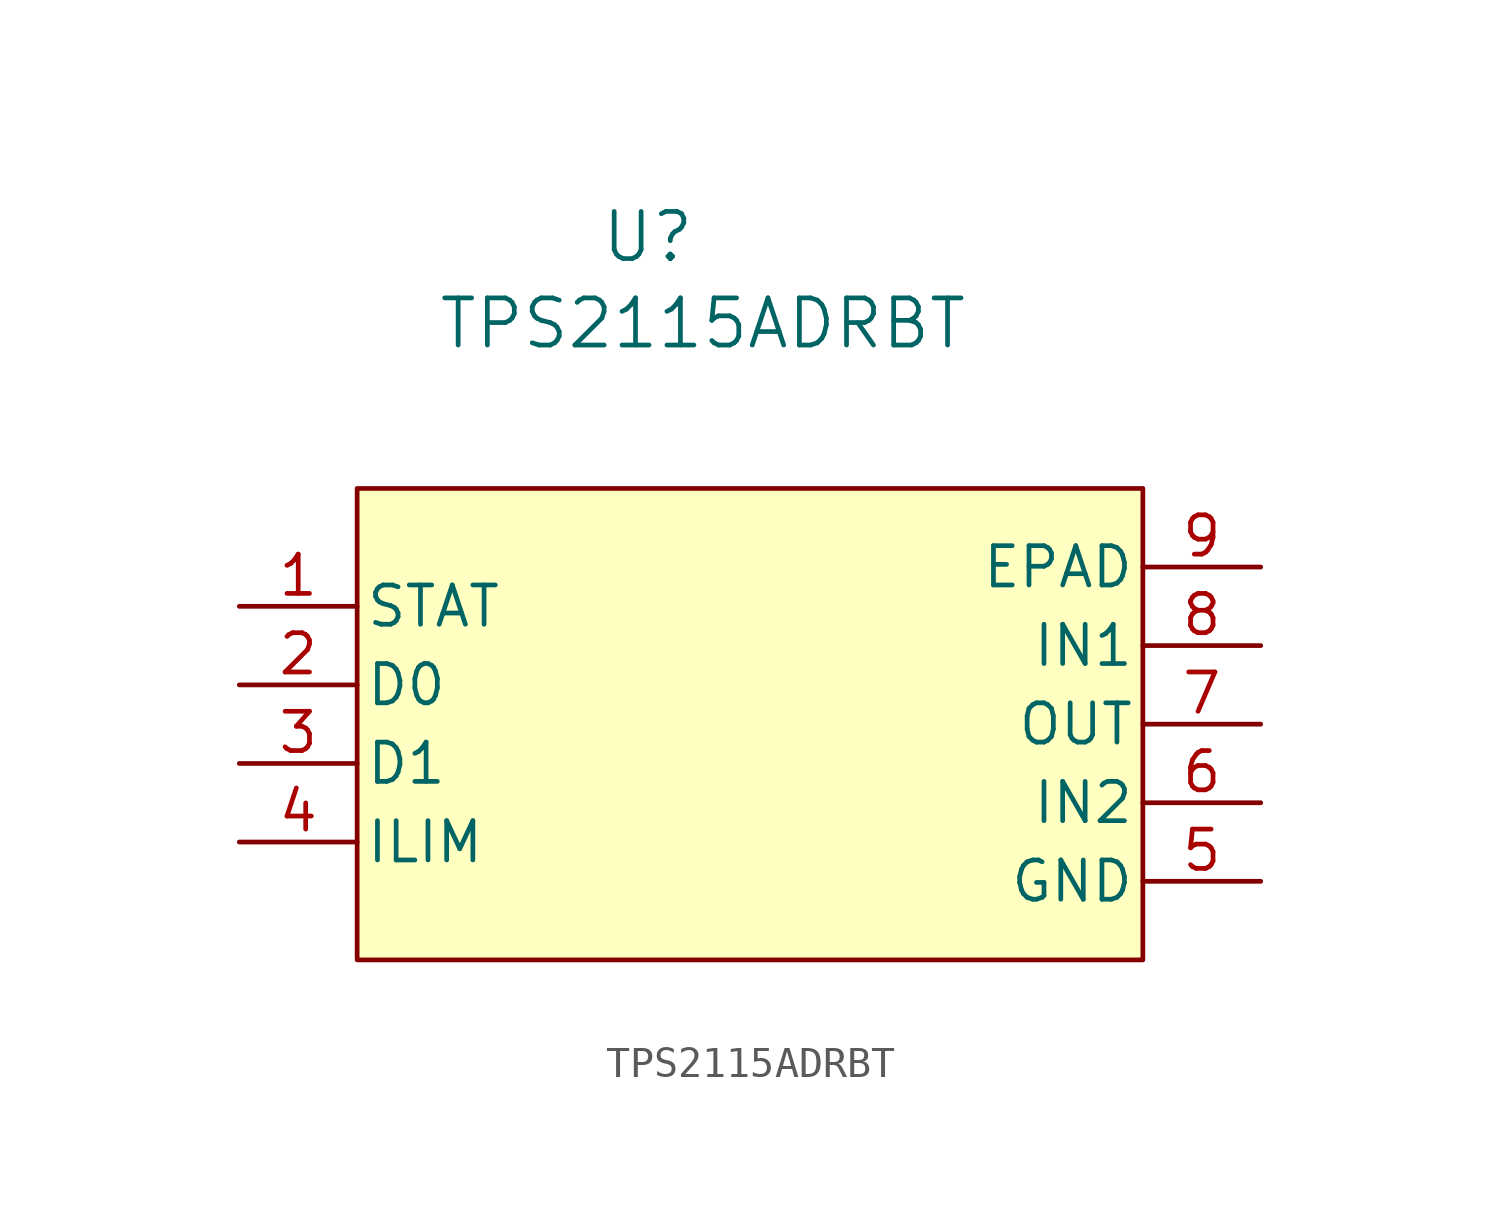
<source format=kicad_sym>
(kicad_symbol_lib
  (version 20241209)
  (generator "kicad_symbol_editor")
  (generator_version "9.0")
  (symbol "TPS2115ADRBT"
    (pin_names
      (offset 0.254))
    (property "Reference" "U"
      (at 17.018 10.668 0)
      (effects (font (size 1.524 1.524))))
    (property "Value" "TPS2115ADRBT"
      (at 18.796 7.874 0)
      (effects (font (size 1.524 1.524))))
    (property "ki_locked" ""
      (at 0 0 0)
      (effects (font (size 1.27 1.27))))
    (symbol "TPS2115ADRBT_0_1"
      (pin output line (at 3.81 -1.27 0) (length 3.81) (name "STAT" (effects (font (size 1.27 1.27)))) (number "1" (effects (font (size 1.27 1.27)))))
      (pin input line (at 3.81 -3.81 0) (length 3.81) (name "D0" (effects (font (size 1.27 1.27)))) (number "2" (effects (font (size 1.27 1.27)))))
      (pin input line (at 3.81 -6.35 0) (length 3.81) (name "D1" (effects (font (size 1.27 1.27)))) (number "3" (effects (font (size 1.27 1.27)))))
      (pin input line (at 3.81 -8.89 0) (length 3.81) (name "ILIM" (effects (font (size 1.27 1.27)))) (number "4" (effects (font (size 1.27 1.27)))))
      (pin unspecified line (at 36.83 0 180) (length 3.81) (name "EPAD" (effects (font (size 1.27 1.27)))) (number "9" (effects (font (size 1.27 1.27)))))
      (pin input line (at 36.83 -2.54 180) (length 3.81) (name "IN1" (effects (font (size 1.27 1.27)))) (number "8" (effects (font (size 1.27 1.27)))))
      (pin output line (at 36.83 -5.08 180) (length 3.81) (name "OUT" (effects (font (size 1.27 1.27)))) (number "7" (effects (font (size 1.27 1.27)))))
      (pin input line (at 36.83 -7.62 180) (length 3.81) (name "IN2" (effects (font (size 1.27 1.27)))) (number "6" (effects (font (size 1.27 1.27)))))
      (pin power_in line (at 36.83 -10.16 180) (length 3.81) (name "GND" (effects (font (size 1.27 1.27)))) (number "5" (effects (font (size 1.27 1.27))))))
    (symbol "TPS2115ADRBT_1_1"
      (rectangle (start 7.62 2.54) (end 33.02 -12.7) (stroke (width 0) (type default)) (fill (type background))))))
</source>
